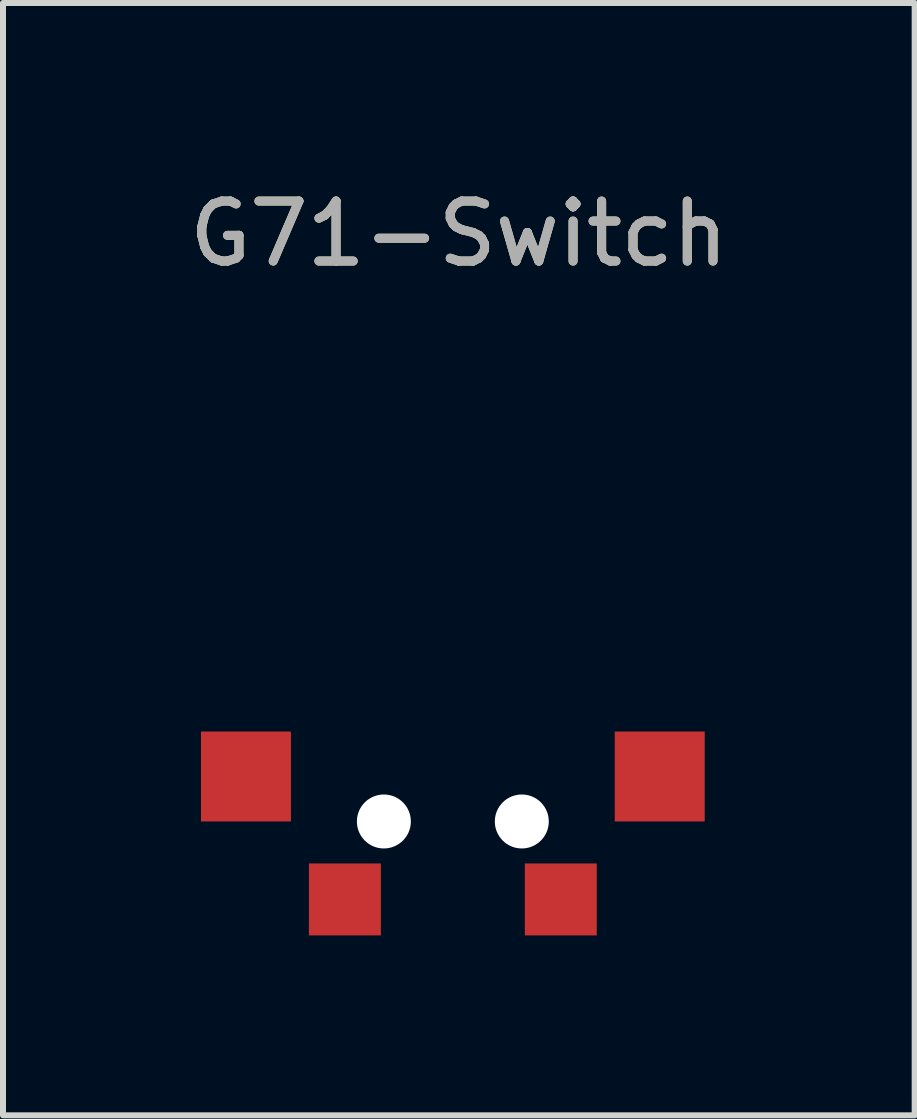
<source format=kicad_pcb>
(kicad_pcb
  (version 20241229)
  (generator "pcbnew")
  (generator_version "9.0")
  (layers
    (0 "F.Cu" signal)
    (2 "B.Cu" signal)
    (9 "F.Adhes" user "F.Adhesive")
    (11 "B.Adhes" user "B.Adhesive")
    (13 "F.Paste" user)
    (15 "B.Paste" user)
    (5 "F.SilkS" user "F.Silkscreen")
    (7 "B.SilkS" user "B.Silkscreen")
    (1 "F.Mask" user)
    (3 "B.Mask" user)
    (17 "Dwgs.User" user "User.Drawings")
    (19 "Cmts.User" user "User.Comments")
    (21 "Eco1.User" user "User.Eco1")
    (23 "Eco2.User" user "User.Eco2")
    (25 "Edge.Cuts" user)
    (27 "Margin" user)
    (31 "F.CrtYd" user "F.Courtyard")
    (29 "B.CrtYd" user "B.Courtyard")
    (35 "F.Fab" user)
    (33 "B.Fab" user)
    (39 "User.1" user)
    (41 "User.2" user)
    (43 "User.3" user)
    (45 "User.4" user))
  (footprint "G71-Switch"
    (layer "F.Cu")
    (at 4.501 10.648)
    (property "Reference" "G71-Switch" (at 0.1 -9.8 0) (unlocked yes) (layer "F.SilkS") (effects (font (size 1 1) (thickness 0.15))))
    (attr through_hole)
    (fp_text user "${REFERENCE}" (at 0.1 -9.8 0) (unlocked yes) (layer "F.Fab") (effects (font (size 1 1) (thickness 0.15))))
    (pad "" smd custom (at -3.45 -0.75) (size 1.5 1.5) (layers "F.Cu" "F.Mask" "F.Paste") (options (anchor rect)) (primitives))
    (pad "" np_thru_hole circle (at -1.15 0) (size 0.9 0.9) (drill 0.9) (layers "*.Cu" "*.Mask"))
    (pad "" np_thru_hole circle (at 1.15 0) (size 0.9 0.9) (drill 0.9) (layers "*.Cu" "*.Mask"))
    (pad "" smd custom (at 3.45 -0.75) (size 1.5 1.5) (layers "F.Cu" "F.Mask" "F.Paste") (options (anchor rect)) (primitives))
    (pad "1" smd rect (at -1.8 1.3) (size 1.2 1.2) (layers "F.Cu" "F.Mask" "F.Paste"))
    (pad "2" smd rect (at 1.8 1.3) (size 1.2 1.2) (layers "F.Cu" "F.Mask" "F.Paste")))
  (gr_rect
    (start -3 -3)
    (end 12.202 15.548)
    (stroke (width 0.1) (type default))
    (fill no)
    (layer "Edge.Cuts")))
</source>
